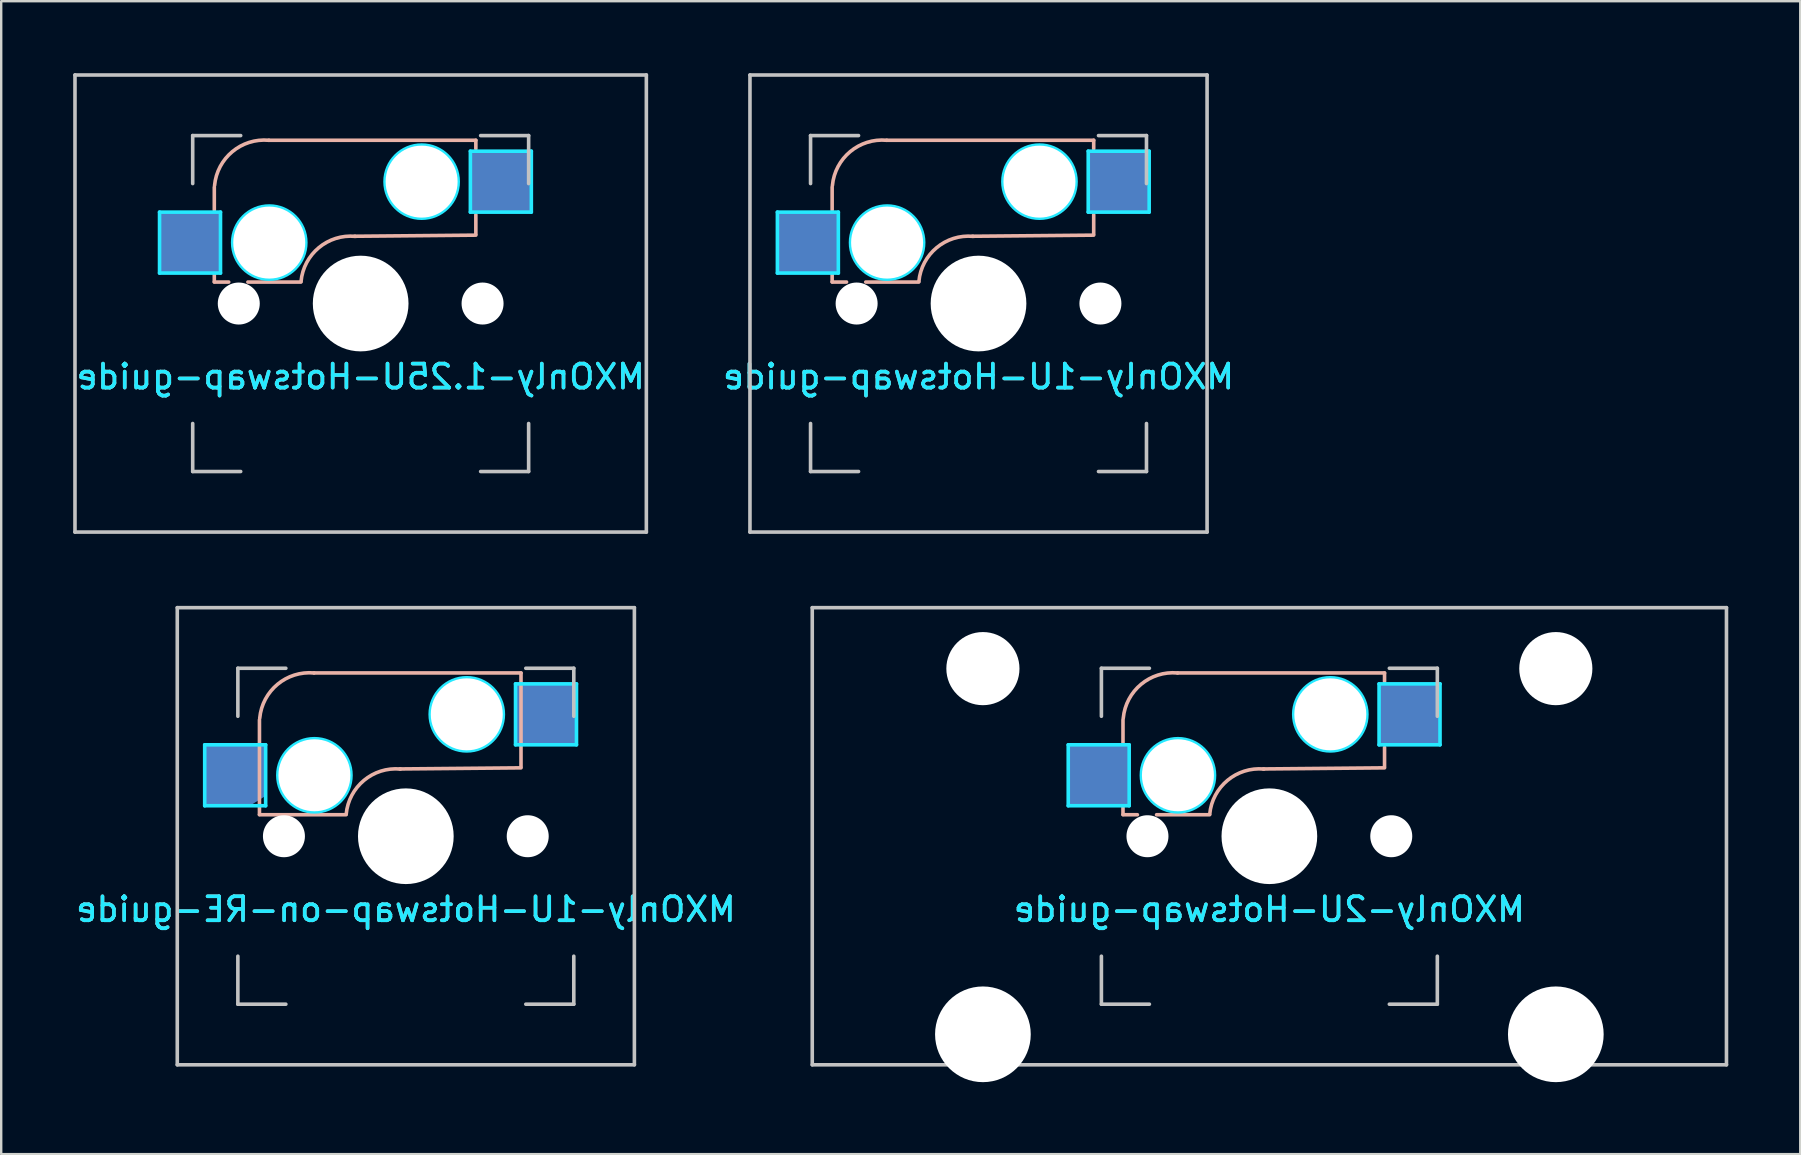
<source format=kicad_pcb>
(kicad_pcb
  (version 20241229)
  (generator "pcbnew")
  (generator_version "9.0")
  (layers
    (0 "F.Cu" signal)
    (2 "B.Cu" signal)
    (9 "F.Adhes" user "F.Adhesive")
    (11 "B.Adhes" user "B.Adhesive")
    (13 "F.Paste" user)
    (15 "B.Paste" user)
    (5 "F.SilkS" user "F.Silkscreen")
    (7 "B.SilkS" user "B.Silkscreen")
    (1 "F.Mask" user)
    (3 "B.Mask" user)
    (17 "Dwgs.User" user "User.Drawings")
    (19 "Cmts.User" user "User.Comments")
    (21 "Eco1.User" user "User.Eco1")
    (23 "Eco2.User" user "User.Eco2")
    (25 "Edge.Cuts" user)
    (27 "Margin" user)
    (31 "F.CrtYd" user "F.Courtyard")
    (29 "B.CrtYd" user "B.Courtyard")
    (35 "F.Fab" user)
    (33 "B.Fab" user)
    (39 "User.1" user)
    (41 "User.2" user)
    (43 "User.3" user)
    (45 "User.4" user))
  (footprint "MXOnly-1U-Hotswap-on-RE-guide"
    (layer "F.Cu")
    (at 13.863 31.8)
    (property "Reference" "MXOnly-1U-Hotswap-on-RE-guide" (at 0 3.048 0) (layer "B.CrtYd") (effects (font (size 1 1) (thickness 0.15)) (justify mirror)))
    (attr smd)
    (fp_line (start -6.1 -4.85) (end -6.1 -0.905) (stroke (width 0.15) (type solid)) (layer "B.SilkS"))
    (fp_line (start -6.1 -0.896) (end -2.49 -0.896) (stroke (width 0.15) (type solid)) (layer "B.SilkS"))
    (fp_line (start 4.8 -6.804) (end -3.825 -6.804) (stroke (width 0.15) (type solid)) (layer "B.SilkS"))
    (fp_line (start 4.8 -2.896) (end 4.8 -6.804) (stroke (width 0.15) (type solid)) (layer "B.SilkS"))
    (fp_line (start 4.8 -2.85) (end -0.25 -2.804) (stroke (width 0.15) (type solid)) (layer "B.SilkS"))
    (fp_arc (start -6.089 -4.92) (mid -5.347189 -6.33089) (end -3.825 -6.804) (stroke (width 0.15) (type solid)) (layer "B.SilkS"))
    (fp_arc (start -2.485 -0.92) (mid -1.744361 -2.328061) (end -0.225 -2.8) (stroke (width 0.15) (type solid)) (layer "B.SilkS"))
    (fp_line (start -9.525 -9.525) (end 9.525 -9.525) (stroke (width 0.15) (type solid)) (layer "Dwgs.User"))
    (fp_line (start -9.525 9.525) (end -9.525 -9.525) (stroke (width 0.15) (type solid)) (layer "Dwgs.User"))
    (fp_line (start -7 -7) (end -7 -5) (stroke (width 0.15) (type solid)) (layer "Dwgs.User"))
    (fp_line (start -7 5) (end -7 7) (stroke (width 0.15) (type solid)) (layer "Dwgs.User"))
    (fp_line (start -7 7) (end -5 7) (stroke (width 0.15) (type solid)) (layer "Dwgs.User"))
    (fp_line (start -5 -7) (end -7 -7) (stroke (width 0.15) (type solid)) (layer "Dwgs.User"))
    (fp_line (start 5 -7) (end 7 -7) (stroke (width 0.15) (type solid)) (layer "Dwgs.User"))
    (fp_line (start 5 7) (end 7 7) (stroke (width 0.15) (type solid)) (layer "Dwgs.User"))
    (fp_line (start 7 -7) (end 7 -5) (stroke (width 0.15) (type solid)) (layer "Dwgs.User"))
    (fp_line (start 7 7) (end 7 5) (stroke (width 0.15) (type solid)) (layer "Dwgs.User"))
    (fp_line (start 9.525 -9.525) (end 9.525 9.525) (stroke (width 0.15) (type solid)) (layer "Dwgs.User"))
    (fp_line (start 9.525 9.525) (end -9.525 9.525) (stroke (width 0.15) (type solid)) (layer "Dwgs.User"))
    (fp_line (start -8.382 -3.81) (end -8.382 -1.27) (stroke (width 0.15) (type solid)) (layer "B.CrtYd"))
    (fp_line (start -8.382 -1.27) (end -5.842 -1.27) (stroke (width 0.15) (type solid)) (layer "B.CrtYd"))
    (fp_line (start -5.842 -3.81) (end -8.382 -3.81) (stroke (width 0.15) (type solid)) (layer "B.CrtYd"))
    (fp_line (start -5.842 -1.27) (end -5.842 -3.81) (stroke (width 0.15) (type solid)) (layer "B.CrtYd"))
    (fp_line (start 4.572 -6.35) (end 7.112 -6.35) (stroke (width 0.15) (type solid)) (layer "B.CrtYd"))
    (fp_line (start 4.572 -3.81) (end 4.572 -6.35) (stroke (width 0.15) (type solid)) (layer "B.CrtYd"))
    (fp_line (start 7.112 -6.35) (end 7.112 -3.81) (stroke (width 0.15) (type solid)) (layer "B.CrtYd"))
    (fp_line (start 7.112 -3.81) (end 4.572 -3.81) (stroke (width 0.15) (type solid)) (layer "B.CrtYd"))
    (fp_circle (center -3.81 -2.54) (end -3.81 -4.064) (stroke (width 0.15) (type solid)) (fill no) (layer "B.CrtYd"))
    (fp_circle (center 2.54 -5.08) (end 2.54 -6.604) (stroke (width 0.15) (type solid)) (fill no) (layer "B.CrtYd"))
    (fp_text user "${REFERENCE}" (at 0 3.048 0) (layer "B.SilkS") (effects (font (size 1 1) (thickness 0.15)) (justify mirror)))
    (pad "" np_thru_hole circle (at -5.08 0 48.1) (size 1.75 1.75) (drill 1.75) (layers "*.Cu" "*.Mask"))
    (pad "" np_thru_hole circle (at -3.81 -2.54) (size 3 3) (drill 3) (layers "*.Cu" "*.Mask"))
    (pad "" np_thru_hole circle (at 0 0) (size 3.988 3.988) (drill 3.988) (layers "*.Cu" "*.Mask"))
    (pad "" np_thru_hole circle (at 2.54 -5.08) (size 3 3) (drill 3) (layers "*.Cu" "*.Mask"))
    (pad "" np_thru_hole circle (at 5.08 0 48.1) (size 1.75 1.75) (drill 1.75) (layers "*.Cu" "*.Mask"))
    (pad "1" smd custom (at -7.085 -2.54) (size 2 2) (layers "B.Cu" "B.Mask" "B.Paste") (options (anchor rect)) (primitives (gr_poly (pts (xy -1.22 -1.19) (xy 1.22 -1.19) (xy 1.22 0.8) (xy 0.6 1.19) (xy -1.22 1.19)) (width 0.12) (fill yes))))
    (pad "2" smd rect (at 5.842 -5.08) (size 2.55 2.5) (layers "B.Cu" "B.Mask" "B.Paste")))
  (footprint "MXOnly-2U-Hotswap-guide"
    (layer "F.Cu")
    (at 49.851 31.8)
    (property "Reference" "MXOnly-2U-Hotswap-guide" (at 0 3.048 0) (layer "B.CrtYd") (effects (font (size 1 1) (thickness 0.15)) (justify mirror)))
    (attr smd)
    (fp_line (start -6.1 -4.85) (end -6.1 -3.9) (stroke (width 0.15) (type solid)) (layer "B.SilkS"))
    (fp_line (start -6.1 -1.2) (end -6.1 -0.905) (stroke (width 0.15) (type solid)) (layer "B.SilkS"))
    (fp_line (start -6.1 -0.896) (end -5.5 -0.896) (stroke (width 0.15) (type solid)) (layer "B.SilkS"))
    (fp_line (start -4.7 -0.896) (end -2.49 -0.896) (stroke (width 0.15) (type solid)) (layer "B.SilkS"))
    (fp_line (start 4.8 -6.804) (end -3.825 -6.804) (stroke (width 0.15) (type solid)) (layer "B.SilkS"))
    (fp_line (start 4.8 -6.45) (end 4.8 -6.804) (stroke (width 0.15) (type solid)) (layer "B.SilkS"))
    (fp_line (start 4.8 -2.896) (end 4.8 -3.7) (stroke (width 0.15) (type solid)) (layer "B.SilkS"))
    (fp_line (start 4.8 -2.85) (end -0.25 -2.804) (stroke (width 0.15) (type solid)) (layer "B.SilkS"))
    (fp_arc (start -6.089 -4.92) (mid -5.347189 -6.33089) (end -3.825 -6.804) (stroke (width 0.15) (type solid)) (layer "B.SilkS"))
    (fp_arc (start -2.485 -0.92) (mid -1.744361 -2.328061) (end -0.225 -2.8) (stroke (width 0.15) (type solid)) (layer "B.SilkS"))
    (fp_line (start -19.05 -9.525) (end 19.05 -9.525) (stroke (width 0.15) (type solid)) (layer "Dwgs.User"))
    (fp_line (start -19.05 9.525) (end -19.05 -9.525) (stroke (width 0.15) (type solid)) (layer "Dwgs.User"))
    (fp_line (start -7 -7) (end -7 -5) (stroke (width 0.15) (type solid)) (layer "Dwgs.User"))
    (fp_line (start -7 5) (end -7 7) (stroke (width 0.15) (type solid)) (layer "Dwgs.User"))
    (fp_line (start -7 7) (end -5 7) (stroke (width 0.15) (type solid)) (layer "Dwgs.User"))
    (fp_line (start -5 -7) (end -7 -7) (stroke (width 0.15) (type solid)) (layer "Dwgs.User"))
    (fp_line (start 5 -7) (end 7 -7) (stroke (width 0.15) (type solid)) (layer "Dwgs.User"))
    (fp_line (start 5 7) (end 7 7) (stroke (width 0.15) (type solid)) (layer "Dwgs.User"))
    (fp_line (start 7 -7) (end 7 -5) (stroke (width 0.15) (type solid)) (layer "Dwgs.User"))
    (fp_line (start 7 7) (end 7 5) (stroke (width 0.15) (type solid)) (layer "Dwgs.User"))
    (fp_line (start 19.05 -9.525) (end 19.05 9.525) (stroke (width 0.15) (type solid)) (layer "Dwgs.User"))
    (fp_line (start 19.05 9.525) (end -19.05 9.525) (stroke (width 0.15) (type solid)) (layer "Dwgs.User"))
    (fp_line (start -8.382 -3.81) (end -5.842 -3.81) (stroke (width 0.15) (type solid)) (layer "B.CrtYd"))
    (fp_line (start -8.382 -1.27) (end -8.382 -3.81) (stroke (width 0.15) (type solid)) (layer "B.CrtYd"))
    (fp_line (start -5.842 -3.81) (end -5.842 -1.27) (stroke (width 0.15) (type solid)) (layer "B.CrtYd"))
    (fp_line (start -5.842 -1.27) (end -8.382 -1.27) (stroke (width 0.15) (type solid)) (layer "B.CrtYd"))
    (fp_line (start 4.572 -6.35) (end 7.112 -6.35) (stroke (width 0.15) (type solid)) (layer "B.CrtYd"))
    (fp_line (start 4.572 -3.81) (end 4.572 -6.35) (stroke (width 0.15) (type solid)) (layer "B.CrtYd"))
    (fp_line (start 7.112 -6.35) (end 7.112 -3.81) (stroke (width 0.15) (type solid)) (layer "B.CrtYd"))
    (fp_line (start 7.112 -3.81) (end 4.572 -3.81) (stroke (width 0.15) (type solid)) (layer "B.CrtYd"))
    (fp_circle (center -3.81 -2.54) (end -3.81 -4.064) (stroke (width 0.15) (type solid)) (fill no) (layer "B.CrtYd"))
    (fp_circle (center 2.54 -5.08) (end 2.54 -6.604) (stroke (width 0.15) (type solid)) (fill no) (layer "B.CrtYd"))
    (fp_text user "${REFERENCE}" (at 0 3.048 0) (layer "B.SilkS") (effects (font (size 1 1) (thickness 0.15)) (justify mirror)))
    (pad "" np_thru_hole circle (at -11.938 -6.985) (size 3.048 3.048) (drill 3.048) (layers "*.Cu" "*.Mask"))
    (pad "" np_thru_hole circle (at -11.938 8.255) (size 3.988 3.988) (drill 3.988) (layers "*.Cu" "*.Mask"))
    (pad "" np_thru_hole circle (at -5.08 0 48.1) (size 1.75 1.75) (drill 1.75) (layers "*.Cu" "*.Mask"))
    (pad "" np_thru_hole circle (at -3.81 -2.54) (size 3 3) (drill 3) (layers "*.Cu" "*.Mask"))
    (pad "" np_thru_hole circle (at 0 0) (size 3.988 3.988) (drill 3.988) (layers "*.Cu" "*.Mask"))
    (pad "" np_thru_hole circle (at 2.54 -5.08) (size 3 3) (drill 3) (layers "*.Cu" "*.Mask"))
    (pad "" np_thru_hole circle (at 5.08 0 48.1) (size 1.75 1.75) (drill 1.75) (layers "*.Cu" "*.Mask"))
    (pad "" np_thru_hole circle (at 11.938 -6.985) (size 3.048 3.048) (drill 3.048) (layers "*.Cu" "*.Mask"))
    (pad "" np_thru_hole circle (at 11.938 8.255) (size 3.988 3.988) (drill 3.988) (layers "*.Cu" "*.Mask"))
    (pad "1" smd rect (at -7.085 -2.54) (size 2.55 2.5) (layers "B.Cu" "B.Mask" "B.Paste"))
    (pad "2" smd rect (at 5.842 -5.08) (size 2.55 2.5) (layers "B.Cu" "B.Mask" "B.Paste")))
  (footprint "MXOnly-1.25U-Hotswap-guide"
    (layer "F.Cu")
    (at 11.981 9.6)
    (property "Reference" "MXOnly-1.25U-Hotswap-guide" (at 0 3.048 0) (layer "B.CrtYd") (effects (font (size 1 1) (thickness 0.15)) (justify mirror)))
    (attr smd)
    (fp_line (start -6.1 -4.85) (end -6.1 -3.9) (stroke (width 0.15) (type solid)) (layer "B.SilkS"))
    (fp_line (start -6.1 -1.2) (end -6.1 -0.905) (stroke (width 0.15) (type solid)) (layer "B.SilkS"))
    (fp_line (start -6.1 -0.896) (end -5.5 -0.896) (stroke (width 0.15) (type solid)) (layer "B.SilkS"))
    (fp_line (start -4.7 -0.896) (end -2.49 -0.896) (stroke (width 0.15) (type solid)) (layer "B.SilkS"))
    (fp_line (start 4.8 -6.804) (end -3.825 -6.804) (stroke (width 0.15) (type solid)) (layer "B.SilkS"))
    (fp_line (start 4.8 -6.45) (end 4.8 -6.804) (stroke (width 0.15) (type solid)) (layer "B.SilkS"))
    (fp_line (start 4.8 -2.896) (end 4.8 -3.7) (stroke (width 0.15) (type solid)) (layer "B.SilkS"))
    (fp_line (start 4.8 -2.85) (end -0.25 -2.804) (stroke (width 0.15) (type solid)) (layer "B.SilkS"))
    (fp_arc (start -6.089 -4.92) (mid -5.347189 -6.33089) (end -3.825 -6.804) (stroke (width 0.15) (type solid)) (layer "B.SilkS"))
    (fp_arc (start -2.485 -0.92) (mid -1.744361 -2.328061) (end -0.225 -2.8) (stroke (width 0.15) (type solid)) (layer "B.SilkS"))
    (fp_line (start -11.906 -9.525) (end 11.906 -9.525) (stroke (width 0.15) (type solid)) (layer "Dwgs.User"))
    (fp_line (start -11.906 9.525) (end -11.906 -9.525) (stroke (width 0.15) (type solid)) (layer "Dwgs.User"))
    (fp_line (start -7 -7) (end -7 -5) (stroke (width 0.15) (type solid)) (layer "Dwgs.User"))
    (fp_line (start -7 5) (end -7 7) (stroke (width 0.15) (type solid)) (layer "Dwgs.User"))
    (fp_line (start -7 7) (end -5 7) (stroke (width 0.15) (type solid)) (layer "Dwgs.User"))
    (fp_line (start -5 -7) (end -7 -7) (stroke (width 0.15) (type solid)) (layer "Dwgs.User"))
    (fp_line (start 5 -7) (end 7 -7) (stroke (width 0.15) (type solid)) (layer "Dwgs.User"))
    (fp_line (start 5 7) (end 7 7) (stroke (width 0.15) (type solid)) (layer "Dwgs.User"))
    (fp_line (start 7 -7) (end 7 -5) (stroke (width 0.15) (type solid)) (layer "Dwgs.User"))
    (fp_line (start 7 7) (end 7 5) (stroke (width 0.15) (type solid)) (layer "Dwgs.User"))
    (fp_line (start 11.906 -9.525) (end 11.906 9.525) (stroke (width 0.15) (type solid)) (layer "Dwgs.User"))
    (fp_line (start 11.906 9.525) (end -11.906 9.525) (stroke (width 0.15) (type solid)) (layer "Dwgs.User"))
    (fp_line (start -8.382 -3.81) (end -5.842 -3.81) (stroke (width 0.15) (type solid)) (layer "B.CrtYd"))
    (fp_line (start -8.382 -1.27) (end -8.382 -3.81) (stroke (width 0.15) (type solid)) (layer "B.CrtYd"))
    (fp_line (start -5.842 -3.81) (end -5.842 -1.27) (stroke (width 0.15) (type solid)) (layer "B.CrtYd"))
    (fp_line (start -5.842 -1.27) (end -8.382 -1.27) (stroke (width 0.15) (type solid)) (layer "B.CrtYd"))
    (fp_line (start 4.572 -6.35) (end 7.112 -6.35) (stroke (width 0.15) (type solid)) (layer "B.CrtYd"))
    (fp_line (start 4.572 -3.81) (end 4.572 -6.35) (stroke (width 0.15) (type solid)) (layer "B.CrtYd"))
    (fp_line (start 7.112 -6.35) (end 7.112 -3.81) (stroke (width 0.15) (type solid)) (layer "B.CrtYd"))
    (fp_line (start 7.112 -3.81) (end 4.572 -3.81) (stroke (width 0.15) (type solid)) (layer "B.CrtYd"))
    (fp_circle (center -3.81 -2.54) (end -3.81 -4.064) (stroke (width 0.15) (type solid)) (fill no) (layer "B.CrtYd"))
    (fp_circle (center 2.54 -5.08) (end 2.54 -6.604) (stroke (width 0.15) (type solid)) (fill no) (layer "B.CrtYd"))
    (fp_text user "${REFERENCE}" (at 0 3.048 0) (layer "B.SilkS") (effects (font (size 1 1) (thickness 0.15)) (justify mirror)))
    (pad "" np_thru_hole circle (at -5.08 0 48.1) (size 1.75 1.75) (drill 1.75) (layers "*.Cu" "*.Mask"))
    (pad "" np_thru_hole circle (at -3.81 -2.54) (size 3 3) (drill 3) (layers "*.Cu" "*.Mask"))
    (pad "" np_thru_hole circle (at 0 0) (size 3.988 3.988) (drill 3.988) (layers "*.Cu" "*.Mask"))
    (pad "" np_thru_hole circle (at 2.54 -5.08) (size 3 3) (drill 3) (layers "*.Cu" "*.Mask"))
    (pad "" np_thru_hole circle (at 5.08 0 48.1) (size 1.75 1.75) (drill 1.75) (layers "*.Cu" "*.Mask"))
    (pad "1" smd rect (at -7.085 -2.54) (size 2.55 2.5) (layers "B.Cu" "B.Mask" "B.Paste"))
    (pad "2" smd rect (at 5.842 -5.08) (size 2.55 2.5) (layers "B.Cu" "B.Mask" "B.Paste")))
  (footprint "MXOnly-1U-Hotswap-guide"
    (layer "F.Cu")
    (at 37.73 9.6)
    (property "Reference" "MXOnly-1U-Hotswap-guide" (at 0 3.048 0) (layer "B.CrtYd") (effects (font (size 1 1) (thickness 0.15)) (justify mirror)))
    (attr smd)
    (fp_line (start -6.1 -4.85) (end -6.1 -3.9) (stroke (width 0.15) (type solid)) (layer "B.SilkS"))
    (fp_line (start -6.1 -1.2) (end -6.1 -0.905) (stroke (width 0.15) (type solid)) (layer "B.SilkS"))
    (fp_line (start -6.1 -0.896) (end -5.5 -0.896) (stroke (width 0.15) (type solid)) (layer "B.SilkS"))
    (fp_line (start -4.7 -0.896) (end -2.49 -0.896) (stroke (width 0.15) (type solid)) (layer "B.SilkS"))
    (fp_line (start 4.8 -6.804) (end -3.825 -6.804) (stroke (width 0.15) (type solid)) (layer "B.SilkS"))
    (fp_line (start 4.8 -6.45) (end 4.8 -6.804) (stroke (width 0.15) (type solid)) (layer "B.SilkS"))
    (fp_line (start 4.8 -2.896) (end 4.8 -3.7) (stroke (width 0.15) (type solid)) (layer "B.SilkS"))
    (fp_line (start 4.8 -2.85) (end -0.25 -2.804) (stroke (width 0.15) (type solid)) (layer "B.SilkS"))
    (fp_arc (start -6.089 -4.92) (mid -5.347189 -6.33089) (end -3.825 -6.804) (stroke (width 0.15) (type solid)) (layer "B.SilkS"))
    (fp_arc (start -2.485 -0.92) (mid -1.744361 -2.328061) (end -0.225 -2.8) (stroke (width 0.15) (type solid)) (layer "B.SilkS"))
    (fp_line (start -9.525 -9.525) (end 9.525 -9.525) (stroke (width 0.15) (type solid)) (layer "Dwgs.User"))
    (fp_line (start -9.525 9.525) (end -9.525 -9.525) (stroke (width 0.15) (type solid)) (layer "Dwgs.User"))
    (fp_line (start -7 -7) (end -7 -5) (stroke (width 0.15) (type solid)) (layer "Dwgs.User"))
    (fp_line (start -7 5) (end -7 7) (stroke (width 0.15) (type solid)) (layer "Dwgs.User"))
    (fp_line (start -7 7) (end -5 7) (stroke (width 0.15) (type solid)) (layer "Dwgs.User"))
    (fp_line (start -5 -7) (end -7 -7) (stroke (width 0.15) (type solid)) (layer "Dwgs.User"))
    (fp_line (start 5 -7) (end 7 -7) (stroke (width 0.15) (type solid)) (layer "Dwgs.User"))
    (fp_line (start 5 7) (end 7 7) (stroke (width 0.15) (type solid)) (layer "Dwgs.User"))
    (fp_line (start 7 -7) (end 7 -5) (stroke (width 0.15) (type solid)) (layer "Dwgs.User"))
    (fp_line (start 7 7) (end 7 5) (stroke (width 0.15) (type solid)) (layer "Dwgs.User"))
    (fp_line (start 9.525 -9.525) (end 9.525 9.525) (stroke (width 0.15) (type solid)) (layer "Dwgs.User"))
    (fp_line (start 9.525 9.525) (end -9.525 9.525) (stroke (width 0.15) (type solid)) (layer "Dwgs.User"))
    (fp_line (start -8.382 -3.81) (end -8.382 -1.27) (stroke (width 0.15) (type solid)) (layer "B.CrtYd"))
    (fp_line (start -8.382 -1.27) (end -5.842 -1.27) (stroke (width 0.15) (type solid)) (layer "B.CrtYd"))
    (fp_line (start -5.842 -3.81) (end -8.382 -3.81) (stroke (width 0.15) (type solid)) (layer "B.CrtYd"))
    (fp_line (start -5.842 -1.27) (end -5.842 -3.81) (stroke (width 0.15) (type solid)) (layer "B.CrtYd"))
    (fp_line (start 4.572 -6.35) (end 7.112 -6.35) (stroke (width 0.15) (type solid)) (layer "B.CrtYd"))
    (fp_line (start 4.572 -3.81) (end 4.572 -6.35) (stroke (width 0.15) (type solid)) (layer "B.CrtYd"))
    (fp_line (start 7.112 -6.35) (end 7.112 -3.81) (stroke (width 0.15) (type solid)) (layer "B.CrtYd"))
    (fp_line (start 7.112 -3.81) (end 4.572 -3.81) (stroke (width 0.15) (type solid)) (layer "B.CrtYd"))
    (fp_circle (center -3.81 -2.54) (end -3.81 -4.064) (stroke (width 0.15) (type solid)) (fill no) (layer "B.CrtYd"))
    (fp_circle (center 2.54 -5.08) (end 2.54 -6.604) (stroke (width 0.15) (type solid)) (fill no) (layer "B.CrtYd"))
    (fp_text user "${REFERENCE}" (at 0 3.048 0) (layer "B.SilkS") (effects (font (size 1 1) (thickness 0.15)) (justify mirror)))
    (pad "" np_thru_hole circle (at -5.08 0 48.1) (size 1.75 1.75) (drill 1.75) (layers "*.Cu" "*.Mask"))
    (pad "" np_thru_hole circle (at -3.81 -2.54) (size 3 3) (drill 3) (layers "*.Cu" "*.Mask"))
    (pad "" np_thru_hole circle (at 0 0) (size 3.988 3.988) (drill 3.988) (layers "*.Cu" "*.Mask"))
    (pad "" np_thru_hole circle (at 2.54 -5.08) (size 3 3) (drill 3) (layers "*.Cu" "*.Mask"))
    (pad "" np_thru_hole circle (at 5.08 0 48.1) (size 1.75 1.75) (drill 1.75) (layers "*.Cu" "*.Mask"))
    (pad "1" smd rect (at -7.085 -2.54) (size 2.55 2.5) (layers "B.Cu" "B.Mask" "B.Paste"))
    (pad "2" smd rect (at 5.842 -5.08) (size 2.55 2.5) (layers "B.Cu" "B.Mask" "B.Paste")))
  (gr_rect
    (start -3 -3)
    (end 71.976 45.049)
    (stroke (width 0.1) (type default))
    (fill no)
    (layer "Edge.Cuts")))
</source>
